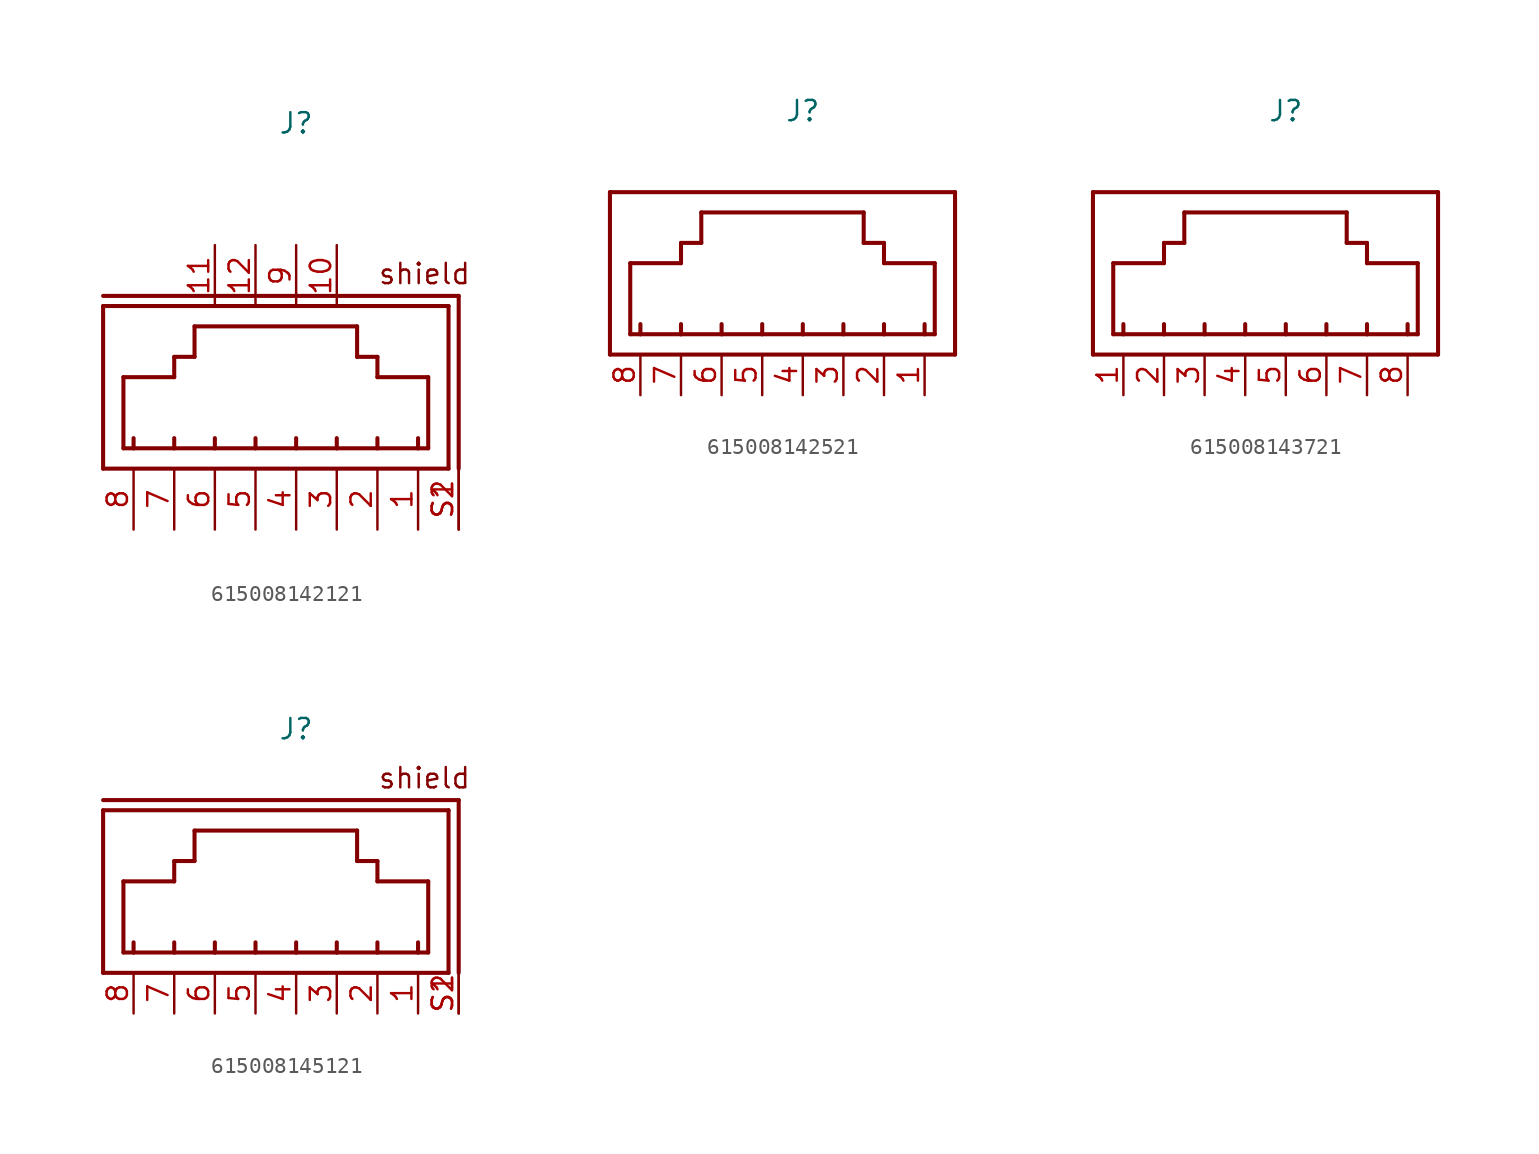
<source format=kicad_sym>
(kicad_symbol_lib
  (version 20241209)
  (generator "kicad_symbol_editor")
  (generator_version "9.0")
  (symbol "615008142121"
    (pin_names
      (hide yes))
    (property "Reference" "J"
      (at 0 16.51 0)
      (effects (font (size 1.27 1.27))))
    (symbol "615008142121_1_0"
      (polyline (pts (xy -12.065 5.715) (xy 10.16 5.715)) (stroke (width 0.254) (type solid)) (fill (type none)))
      (polyline (pts (xy -12.065 5.08) (xy 9.525 5.08)) (stroke (width 0.254) (type solid)) (fill (type none)))
      (polyline (pts (xy -12.065 -5.08) (xy -12.065 5.08)) (stroke (width 0.254) (type solid)) (fill (type none)))
      (polyline (pts (xy -10.795 0.635) (xy -7.62 0.635)) (stroke (width 0.254) (type solid)) (fill (type none)))
      (polyline (pts (xy -10.795 -3.81) (xy -10.795 0.635)) (stroke (width 0.254) (type solid)) (fill (type none)))
      (polyline (pts (xy -10.16 -3.81) (xy -10.795 -3.81)) (stroke (width 0.254) (type solid)) (fill (type none)))
      (polyline (pts (xy -10.16 -3.81) (xy -10.16 -3.175)) (stroke (width 0.254) (type solid)) (fill (type none)))
      (polyline (pts (xy -7.62 1.905) (xy -6.35 1.905)) (stroke (width 0.254) (type solid)) (fill (type none)))
      (polyline (pts (xy -7.62 0.635) (xy -7.62 1.905)) (stroke (width 0.254) (type solid)) (fill (type none)))
      (polyline (pts (xy -7.62 -3.81) (xy -10.16 -3.81)) (stroke (width 0.254) (type solid)) (fill (type none)))
      (polyline (pts (xy -7.62 -3.81) (xy -7.62 -3.175)) (stroke (width 0.254) (type solid)) (fill (type none)))
      (polyline (pts (xy -6.35 3.81) (xy 3.81 3.81)) (stroke (width 0.254) (type solid)) (fill (type none)))
      (polyline (pts (xy -6.35 1.905) (xy -6.35 3.81)) (stroke (width 0.254) (type solid)) (fill (type none)))
      (polyline (pts (xy -5.08 -3.81) (xy -7.62 -3.81)) (stroke (width 0.254) (type solid)) (fill (type none)))
      (polyline (pts (xy -5.08 -3.81) (xy -5.08 -3.175)) (stroke (width 0.254) (type solid)) (fill (type none)))
      (polyline (pts (xy -2.54 -3.81) (xy -5.08 -3.81)) (stroke (width 0.254) (type solid)) (fill (type none)))
      (polyline (pts (xy -2.54 -3.81) (xy -2.54 -3.175)) (stroke (width 0.254) (type solid)) (fill (type none)))
      (polyline (pts (xy 0 -3.81) (xy -2.54 -3.81)) (stroke (width 0.254) (type solid)) (fill (type none)))
      (polyline (pts (xy 0 -3.81) (xy 0 -3.175)) (stroke (width 0.254) (type solid)) (fill (type none)))
      (polyline (pts (xy 2.54 -3.81) (xy 0 -3.81)) (stroke (width 0.254) (type solid)) (fill (type none)))
      (polyline (pts (xy 2.54 -3.81) (xy 2.54 -3.175)) (stroke (width 0.254) (type solid)) (fill (type none)))
      (polyline (pts (xy 3.81 1.905) (xy 3.81 3.81)) (stroke (width 0.254) (type solid)) (fill (type none)))
      (polyline (pts (xy 5.08 1.905) (xy 3.81 1.905)) (stroke (width 0.254) (type solid)) (fill (type none)))
      (polyline (pts (xy 5.08 0.635) (xy 5.08 1.905)) (stroke (width 0.254) (type solid)) (fill (type none)))
      (polyline (pts (xy 5.08 -3.81) (xy 2.54 -3.81)) (stroke (width 0.254) (type solid)) (fill (type none)))
      (polyline (pts (xy 5.08 -3.81) (xy 5.08 -3.175)) (stroke (width 0.254) (type solid)) (fill (type none)))
      (polyline (pts (xy 7.62 -3.81) (xy 5.08 -3.81)) (stroke (width 0.254) (type solid)) (fill (type none)))
      (polyline (pts (xy 7.62 -3.81) (xy 7.62 -3.175)) (stroke (width 0.254) (type solid)) (fill (type none)))
      (polyline (pts (xy 8.255 0.635) (xy 5.08 0.635)) (stroke (width 0.254) (type solid)) (fill (type none)))
      (polyline (pts (xy 8.255 0.635) (xy 8.255 -3.81)) (stroke (width 0.254) (type solid)) (fill (type none)))
      (polyline (pts (xy 8.255 -3.81) (xy 7.62 -3.81)) (stroke (width 0.254) (type solid)) (fill (type none)))
      (polyline (pts (xy 9.525 5.08) (xy 9.525 -5.08)) (stroke (width 0.254) (type solid)) (fill (type none)))
      (polyline (pts (xy 9.525 -5.08) (xy -12.065 -5.08)) (stroke (width 0.254) (type solid)) (fill (type none)))
      (polyline (pts (xy 10.16 5.715) (xy 10.16 -5.08)) (stroke (width 0.254) (type solid)) (fill (type none)))
      (text "shield" (at 5.08 6.35 0) (effects (font (size 1.27 1.27)) (justify left bottom)))
      (pin passive line (at -10.16 -8.89 90) (length 3.81) (name "8" (effects (font (size 1.27 1.27)))) (number "8" (effects (font (size 1.27 1.27)))))
      (pin passive line (at -7.62 -8.89 90) (length 3.81) (name "7" (effects (font (size 1.27 1.27)))) (number "7" (effects (font (size 1.27 1.27)))))
      (pin passive line (at -5.08 8.89 270) (length 3.81) (name "G+Y-_1" (effects (font (size 1.27 1.27)))) (number "11" (effects (font (size 1.27 1.27)))))
      (pin passive line (at -5.08 -8.89 90) (length 3.81) (name "6" (effects (font (size 1.27 1.27)))) (number "6" (effects (font (size 1.27 1.27)))))
      (pin passive line (at -2.54 8.89 270) (length 3.81) (name "G-Y+_1" (effects (font (size 1.27 1.27)))) (number "12" (effects (font (size 1.27 1.27)))))
      (pin passive line (at -2.54 -8.89 90) (length 3.81) (name "5" (effects (font (size 1.27 1.27)))) (number "5" (effects (font (size 1.27 1.27)))))
      (pin passive line (at 0 8.89 270) (length 3.81) (name "G+Y-_2" (effects (font (size 1.27 1.27)))) (number "9" (effects (font (size 1.27 1.27)))))
      (pin passive line (at 0 -8.89 90) (length 3.81) (name "4" (effects (font (size 1.27 1.27)))) (number "4" (effects (font (size 1.27 1.27)))))
      (pin passive line (at 2.54 8.89 270) (length 3.81) (name "G-Y+_2" (effects (font (size 1.27 1.27)))) (number "10" (effects (font (size 1.27 1.27)))))
      (pin passive line (at 2.54 -8.89 90) (length 3.81) (name "3" (effects (font (size 1.27 1.27)))) (number "3" (effects (font (size 1.27 1.27)))))
      (pin passive line (at 5.08 -8.89 90) (length 3.81) (name "2" (effects (font (size 1.27 1.27)))) (number "2" (effects (font (size 1.27 1.27)))))
      (pin passive line (at 7.62 -8.89 90) (length 3.81) (name "1" (effects (font (size 1.27 1.27)))) (number "1" (effects (font (size 1.27 1.27)))))
      (pin passive line (at 10.16 -8.89 90) (length 3.81) (name "SHIELD" (effects (font (size 1.27 1.27)))) (number "S1" (effects (font (size 1.27 1.27)))))
      (pin passive line (at 10.16 -8.89 90) (length 3.81) (name "SHIELD" (effects (font (size 1.27 1.27)))) (number "S2" (effects (font (size 1.27 1.27)))))))
  (symbol "615008142521"
    (pin_names
      (hide yes))
    (property "Reference" "J"
      (at 0 10.16 0)
      (effects (font (size 1.27 1.27))))
    (symbol "615008142521_1_0"
      (polyline (pts (xy -12.065 5.08) (xy 9.525 5.08)) (stroke (width 0.254) (type solid)) (fill (type none)))
      (polyline (pts (xy -12.065 -5.08) (xy -12.065 5.08)) (stroke (width 0.254) (type solid)) (fill (type none)))
      (polyline (pts (xy -10.795 0.635) (xy -7.62 0.635)) (stroke (width 0.254) (type solid)) (fill (type none)))
      (polyline (pts (xy -10.795 -3.81) (xy -10.795 0.635)) (stroke (width 0.254) (type solid)) (fill (type none)))
      (polyline (pts (xy -10.16 -3.81) (xy -10.795 -3.81)) (stroke (width 0.254) (type solid)) (fill (type none)))
      (polyline (pts (xy -10.16 -3.81) (xy -10.16 -3.175)) (stroke (width 0.254) (type solid)) (fill (type none)))
      (polyline (pts (xy -7.62 1.905) (xy -6.35 1.905)) (stroke (width 0.254) (type solid)) (fill (type none)))
      (polyline (pts (xy -7.62 0.635) (xy -7.62 1.905)) (stroke (width 0.254) (type solid)) (fill (type none)))
      (polyline (pts (xy -7.62 -3.81) (xy -10.16 -3.81)) (stroke (width 0.254) (type solid)) (fill (type none)))
      (polyline (pts (xy -7.62 -3.81) (xy -7.62 -3.175)) (stroke (width 0.254) (type solid)) (fill (type none)))
      (polyline (pts (xy -6.35 3.81) (xy 3.81 3.81)) (stroke (width 0.254) (type solid)) (fill (type none)))
      (polyline (pts (xy -6.35 1.905) (xy -6.35 3.81)) (stroke (width 0.254) (type solid)) (fill (type none)))
      (polyline (pts (xy -5.08 -3.81) (xy -7.62 -3.81)) (stroke (width 0.254) (type solid)) (fill (type none)))
      (polyline (pts (xy -5.08 -3.81) (xy -5.08 -3.175)) (stroke (width 0.254) (type solid)) (fill (type none)))
      (polyline (pts (xy -2.54 -3.81) (xy -5.08 -3.81)) (stroke (width 0.254) (type solid)) (fill (type none)))
      (polyline (pts (xy -2.54 -3.81) (xy -2.54 -3.175)) (stroke (width 0.254) (type solid)) (fill (type none)))
      (polyline (pts (xy 0 -3.81) (xy -2.54 -3.81)) (stroke (width 0.254) (type solid)) (fill (type none)))
      (polyline (pts (xy 0 -3.81) (xy 0 -3.175)) (stroke (width 0.254) (type solid)) (fill (type none)))
      (polyline (pts (xy 2.54 -3.175) (xy 2.54 -3.81)) (stroke (width 0.254) (type solid)) (fill (type none)))
      (polyline (pts (xy 2.54 -3.81) (xy 0 -3.81)) (stroke (width 0.254) (type solid)) (fill (type none)))
      (polyline (pts (xy 3.81 1.905) (xy 3.81 3.81)) (stroke (width 0.254) (type solid)) (fill (type none)))
      (polyline (pts (xy 5.08 1.905) (xy 3.81 1.905)) (stroke (width 0.254) (type solid)) (fill (type none)))
      (polyline (pts (xy 5.08 0.635) (xy 5.08 1.905)) (stroke (width 0.254) (type solid)) (fill (type none)))
      (polyline (pts (xy 5.08 -3.175) (xy 5.08 -3.81)) (stroke (width 0.254) (type solid)) (fill (type none)))
      (polyline (pts (xy 5.08 -3.81) (xy 2.54 -3.81)) (stroke (width 0.254) (type solid)) (fill (type none)))
      (polyline (pts (xy 7.62 -3.175) (xy 7.62 -3.81)) (stroke (width 0.254) (type solid)) (fill (type none)))
      (polyline (pts (xy 7.62 -3.81) (xy 5.08 -3.81)) (stroke (width 0.254) (type solid)) (fill (type none)))
      (polyline (pts (xy 8.255 0.635) (xy 5.08 0.635)) (stroke (width 0.254) (type solid)) (fill (type none)))
      (polyline (pts (xy 8.255 0.635) (xy 8.255 -3.81)) (stroke (width 0.254) (type solid)) (fill (type none)))
      (polyline (pts (xy 8.255 -3.81) (xy 7.62 -3.81)) (stroke (width 0.254) (type solid)) (fill (type none)))
      (polyline (pts (xy 9.525 5.08) (xy 9.525 -5.08)) (stroke (width 0.254) (type solid)) (fill (type none)))
      (polyline (pts (xy 9.525 -5.08) (xy -12.065 -5.08)) (stroke (width 0.254) (type solid)) (fill (type none)))
      (pin passive line (at -10.16 -7.62 90) (length 2.54) (name "8" (effects (font (size 1.27 1.27)))) (number "8" (effects (font (size 1.27 1.27)))))
      (pin passive line (at -7.62 -7.62 90) (length 2.54) (name "7" (effects (font (size 1.27 1.27)))) (number "7" (effects (font (size 1.27 1.27)))))
      (pin passive line (at -5.08 -7.62 90) (length 2.54) (name "6" (effects (font (size 1.27 1.27)))) (number "6" (effects (font (size 1.27 1.27)))))
      (pin passive line (at -2.54 -7.62 90) (length 2.54) (name "5" (effects (font (size 1.27 1.27)))) (number "5" (effects (font (size 1.27 1.27)))))
      (pin passive line (at 0 -7.62 90) (length 2.54) (name "4" (effects (font (size 1.27 1.27)))) (number "4" (effects (font (size 1.27 1.27)))))
      (pin passive line (at 2.54 -7.62 90) (length 2.54) (name "3" (effects (font (size 1.27 1.27)))) (number "3" (effects (font (size 1.27 1.27)))))
      (pin passive line (at 5.08 -7.62 90) (length 2.54) (name "2" (effects (font (size 1.27 1.27)))) (number "2" (effects (font (size 1.27 1.27)))))
      (pin passive line (at 7.62 -7.62 90) (length 2.54) (name "1" (effects (font (size 1.27 1.27)))) (number "1" (effects (font (size 1.27 1.27)))))))
  (symbol "615008143721"
    (pin_names
      (hide yes))
    (property "Reference" "J"
      (at 0 10.16 0)
      (effects (font (size 1.27 1.27))))
    (symbol "615008143721_1_0"
      (polyline (pts (xy -12.065 5.08) (xy 9.525 5.08)) (stroke (width 0.254) (type solid)) (fill (type none)))
      (polyline (pts (xy -12.065 -5.08) (xy -12.065 5.08)) (stroke (width 0.254) (type solid)) (fill (type none)))
      (polyline (pts (xy -10.795 0.635) (xy -7.62 0.635)) (stroke (width 0.254) (type solid)) (fill (type none)))
      (polyline (pts (xy -10.795 -3.81) (xy -10.795 0.635)) (stroke (width 0.254) (type solid)) (fill (type none)))
      (polyline (pts (xy -10.16 -3.81) (xy -10.795 -3.81)) (stroke (width 0.254) (type solid)) (fill (type none)))
      (polyline (pts (xy -10.16 -3.81) (xy -10.16 -3.175)) (stroke (width 0.254) (type solid)) (fill (type none)))
      (polyline (pts (xy -7.62 1.905) (xy -6.35 1.905)) (stroke (width 0.254) (type solid)) (fill (type none)))
      (polyline (pts (xy -7.62 0.635) (xy -7.62 1.905)) (stroke (width 0.254) (type solid)) (fill (type none)))
      (polyline (pts (xy -7.62 -3.81) (xy -10.16 -3.81)) (stroke (width 0.254) (type solid)) (fill (type none)))
      (polyline (pts (xy -7.62 -3.81) (xy -7.62 -3.175)) (stroke (width 0.254) (type solid)) (fill (type none)))
      (polyline (pts (xy -6.35 3.81) (xy 3.81 3.81)) (stroke (width 0.254) (type solid)) (fill (type none)))
      (polyline (pts (xy -6.35 1.905) (xy -6.35 3.81)) (stroke (width 0.254) (type solid)) (fill (type none)))
      (polyline (pts (xy -5.08 -3.81) (xy -7.62 -3.81)) (stroke (width 0.254) (type solid)) (fill (type none)))
      (polyline (pts (xy -5.08 -3.81) (xy -5.08 -3.175)) (stroke (width 0.254) (type solid)) (fill (type none)))
      (polyline (pts (xy -2.54 -3.81) (xy -5.08 -3.81)) (stroke (width 0.254) (type solid)) (fill (type none)))
      (polyline (pts (xy -2.54 -3.81) (xy -2.54 -3.175)) (stroke (width 0.254) (type solid)) (fill (type none)))
      (polyline (pts (xy 0 -3.81) (xy -2.54 -3.81)) (stroke (width 0.254) (type solid)) (fill (type none)))
      (polyline (pts (xy 0 -3.81) (xy 0 -3.175)) (stroke (width 0.254) (type solid)) (fill (type none)))
      (polyline (pts (xy 2.54 -3.175) (xy 2.54 -3.81)) (stroke (width 0.254) (type solid)) (fill (type none)))
      (polyline (pts (xy 2.54 -3.81) (xy 0 -3.81)) (stroke (width 0.254) (type solid)) (fill (type none)))
      (polyline (pts (xy 3.81 1.905) (xy 3.81 3.81)) (stroke (width 0.254) (type solid)) (fill (type none)))
      (polyline (pts (xy 5.08 1.905) (xy 3.81 1.905)) (stroke (width 0.254) (type solid)) (fill (type none)))
      (polyline (pts (xy 5.08 0.635) (xy 5.08 1.905)) (stroke (width 0.254) (type solid)) (fill (type none)))
      (polyline (pts (xy 5.08 -3.175) (xy 5.08 -3.81)) (stroke (width 0.254) (type solid)) (fill (type none)))
      (polyline (pts (xy 5.08 -3.81) (xy 2.54 -3.81)) (stroke (width 0.254) (type solid)) (fill (type none)))
      (polyline (pts (xy 7.62 -3.175) (xy 7.62 -3.81)) (stroke (width 0.254) (type solid)) (fill (type none)))
      (polyline (pts (xy 7.62 -3.81) (xy 5.08 -3.81)) (stroke (width 0.254) (type solid)) (fill (type none)))
      (polyline (pts (xy 8.255 0.635) (xy 5.08 0.635)) (stroke (width 0.254) (type solid)) (fill (type none)))
      (polyline (pts (xy 8.255 0.635) (xy 8.255 -3.81)) (stroke (width 0.254) (type solid)) (fill (type none)))
      (polyline (pts (xy 8.255 -3.81) (xy 7.62 -3.81)) (stroke (width 0.254) (type solid)) (fill (type none)))
      (polyline (pts (xy 9.525 5.08) (xy 9.525 -5.08)) (stroke (width 0.254) (type solid)) (fill (type none)))
      (polyline (pts (xy 9.525 -5.08) (xy -12.065 -5.08)) (stroke (width 0.254) (type solid)) (fill (type none)))
      (pin passive line (at -10.16 -7.62 90) (length 2.54) (name "1" (effects (font (size 1.27 1.27)))) (number "1" (effects (font (size 1.27 1.27)))))
      (pin passive line (at -7.62 -7.62 90) (length 2.54) (name "2" (effects (font (size 1.27 1.27)))) (number "2" (effects (font (size 1.27 1.27)))))
      (pin passive line (at -5.08 -7.62 90) (length 2.54) (name "3" (effects (font (size 1.27 1.27)))) (number "3" (effects (font (size 1.27 1.27)))))
      (pin passive line (at -2.54 -7.62 90) (length 2.54) (name "4" (effects (font (size 1.27 1.27)))) (number "4" (effects (font (size 1.27 1.27)))))
      (pin passive line (at 0 -7.62 90) (length 2.54) (name "5" (effects (font (size 1.27 1.27)))) (number "5" (effects (font (size 1.27 1.27)))))
      (pin passive line (at 2.54 -7.62 90) (length 2.54) (name "6" (effects (font (size 1.27 1.27)))) (number "6" (effects (font (size 1.27 1.27)))))
      (pin passive line (at 5.08 -7.62 90) (length 2.54) (name "7" (effects (font (size 1.27 1.27)))) (number "7" (effects (font (size 1.27 1.27)))))
      (pin passive line (at 7.62 -7.62 90) (length 2.54) (name "8" (effects (font (size 1.27 1.27)))) (number "8" (effects (font (size 1.27 1.27)))))))
  (symbol "615008145121"
    (pin_names
      (hide yes))
    (property "Reference" "J"
      (at 0 10.16 0)
      (effects (font (size 1.27 1.27))))
    (symbol "615008145121_1_0"
      (polyline (pts (xy -12.065 5.715) (xy 10.16 5.715)) (stroke (width 0.254) (type solid)) (fill (type none)))
      (polyline (pts (xy -12.065 5.08) (xy 9.525 5.08)) (stroke (width 0.254) (type solid)) (fill (type none)))
      (polyline (pts (xy -12.065 -5.08) (xy -12.065 5.08)) (stroke (width 0.254) (type solid)) (fill (type none)))
      (polyline (pts (xy -10.795 0.635) (xy -7.62 0.635)) (stroke (width 0.254) (type solid)) (fill (type none)))
      (polyline (pts (xy -10.795 -3.81) (xy -10.795 0.635)) (stroke (width 0.254) (type solid)) (fill (type none)))
      (polyline (pts (xy -10.16 -3.81) (xy -10.795 -3.81)) (stroke (width 0.254) (type solid)) (fill (type none)))
      (polyline (pts (xy -10.16 -3.81) (xy -10.16 -3.175)) (stroke (width 0.254) (type solid)) (fill (type none)))
      (polyline (pts (xy -7.62 1.905) (xy -6.35 1.905)) (stroke (width 0.254) (type solid)) (fill (type none)))
      (polyline (pts (xy -7.62 0.635) (xy -7.62 1.905)) (stroke (width 0.254) (type solid)) (fill (type none)))
      (polyline (pts (xy -7.62 -3.81) (xy -10.16 -3.81)) (stroke (width 0.254) (type solid)) (fill (type none)))
      (polyline (pts (xy -7.62 -3.81) (xy -7.62 -3.175)) (stroke (width 0.254) (type solid)) (fill (type none)))
      (polyline (pts (xy -6.35 3.81) (xy 3.81 3.81)) (stroke (width 0.254) (type solid)) (fill (type none)))
      (polyline (pts (xy -6.35 1.905) (xy -6.35 3.81)) (stroke (width 0.254) (type solid)) (fill (type none)))
      (polyline (pts (xy -5.08 -3.81) (xy -7.62 -3.81)) (stroke (width 0.254) (type solid)) (fill (type none)))
      (polyline (pts (xy -5.08 -3.81) (xy -5.08 -3.175)) (stroke (width 0.254) (type solid)) (fill (type none)))
      (polyline (pts (xy -2.54 -3.81) (xy -5.08 -3.81)) (stroke (width 0.254) (type solid)) (fill (type none)))
      (polyline (pts (xy -2.54 -3.81) (xy -2.54 -3.175)) (stroke (width 0.254) (type solid)) (fill (type none)))
      (polyline (pts (xy 0 -3.81) (xy -2.54 -3.81)) (stroke (width 0.254) (type solid)) (fill (type none)))
      (polyline (pts (xy 0 -3.81) (xy 0 -3.175)) (stroke (width 0.254) (type solid)) (fill (type none)))
      (polyline (pts (xy 2.54 -3.81) (xy 0 -3.81)) (stroke (width 0.254) (type solid)) (fill (type none)))
      (polyline (pts (xy 2.54 -3.81) (xy 2.54 -3.175)) (stroke (width 0.254) (type solid)) (fill (type none)))
      (polyline (pts (xy 3.81 1.905) (xy 3.81 3.81)) (stroke (width 0.254) (type solid)) (fill (type none)))
      (polyline (pts (xy 5.08 1.905) (xy 3.81 1.905)) (stroke (width 0.254) (type solid)) (fill (type none)))
      (polyline (pts (xy 5.08 0.635) (xy 5.08 1.905)) (stroke (width 0.254) (type solid)) (fill (type none)))
      (polyline (pts (xy 5.08 -3.81) (xy 2.54 -3.81)) (stroke (width 0.254) (type solid)) (fill (type none)))
      (polyline (pts (xy 5.08 -3.81) (xy 5.08 -3.175)) (stroke (width 0.254) (type solid)) (fill (type none)))
      (polyline (pts (xy 7.62 -3.81) (xy 5.08 -3.81)) (stroke (width 0.254) (type solid)) (fill (type none)))
      (polyline (pts (xy 7.62 -3.81) (xy 7.62 -3.175)) (stroke (width 0.254) (type solid)) (fill (type none)))
      (polyline (pts (xy 8.255 0.635) (xy 5.08 0.635)) (stroke (width 0.254) (type solid)) (fill (type none)))
      (polyline (pts (xy 8.255 0.635) (xy 8.255 -3.81)) (stroke (width 0.254) (type solid)) (fill (type none)))
      (polyline (pts (xy 8.255 -3.81) (xy 7.62 -3.81)) (stroke (width 0.254) (type solid)) (fill (type none)))
      (polyline (pts (xy 9.525 5.08) (xy 9.525 -5.08)) (stroke (width 0.254) (type solid)) (fill (type none)))
      (polyline (pts (xy 9.525 -5.08) (xy -12.065 -5.08)) (stroke (width 0.254) (type solid)) (fill (type none)))
      (polyline (pts (xy 10.16 5.715) (xy 10.16 -5.08)) (stroke (width 0.254) (type solid)) (fill (type none)))
      (pin passive line (at -10.16 -7.62 90) (length 2.54) (name "8" (effects (font (size 1.27 1.27)))) (number "8" (effects (font (size 1.27 1.27)))))
      (pin passive line (at -7.62 -7.62 90) (length 2.54) (name "7" (effects (font (size 1.27 1.27)))) (number "7" (effects (font (size 1.27 1.27)))))
      (pin passive line (at -5.08 -7.62 90) (length 2.54) (name "6" (effects (font (size 1.27 1.27)))) (number "6" (effects (font (size 1.27 1.27)))))
      (pin passive line (at -2.54 -7.62 90) (length 2.54) (name "5" (effects (font (size 1.27 1.27)))) (number "5" (effects (font (size 1.27 1.27)))))
      (pin passive line (at 0 -7.62 90) (length 2.54) (name "4" (effects (font (size 1.27 1.27)))) (number "4" (effects (font (size 1.27 1.27)))))
      (pin passive line (at 2.54 -7.62 90) (length 2.54) (name "3" (effects (font (size 1.27 1.27)))) (number "3" (effects (font (size 1.27 1.27)))))
      (pin passive line (at 5.08 -7.62 90) (length 2.54) (name "2" (effects (font (size 1.27 1.27)))) (number "2" (effects (font (size 1.27 1.27)))))
      (pin passive line (at 7.62 -7.62 90) (length 2.54) (name "1" (effects (font (size 1.27 1.27)))) (number "1" (effects (font (size 1.27 1.27)))))
      (pin passive line (at 10.16 -7.62 90) (length 2.54) (name "SHIELD" (effects (font (size 1.27 1.27)))) (number "S1" (effects (font (size 1.27 1.27)))))
      (pin passive line (at 10.16 -7.62 90) (length 2.54) (name "SHIELD" (effects (font (size 1.27 1.27)))) (number "S2" (effects (font (size 1.27 1.27))))))
    (symbol "615008145121_1_1"
      (text "shield" (at 5.08 6.35 0) (effects (font (size 1.27 1.27)) (justify left bottom))))))
</source>
